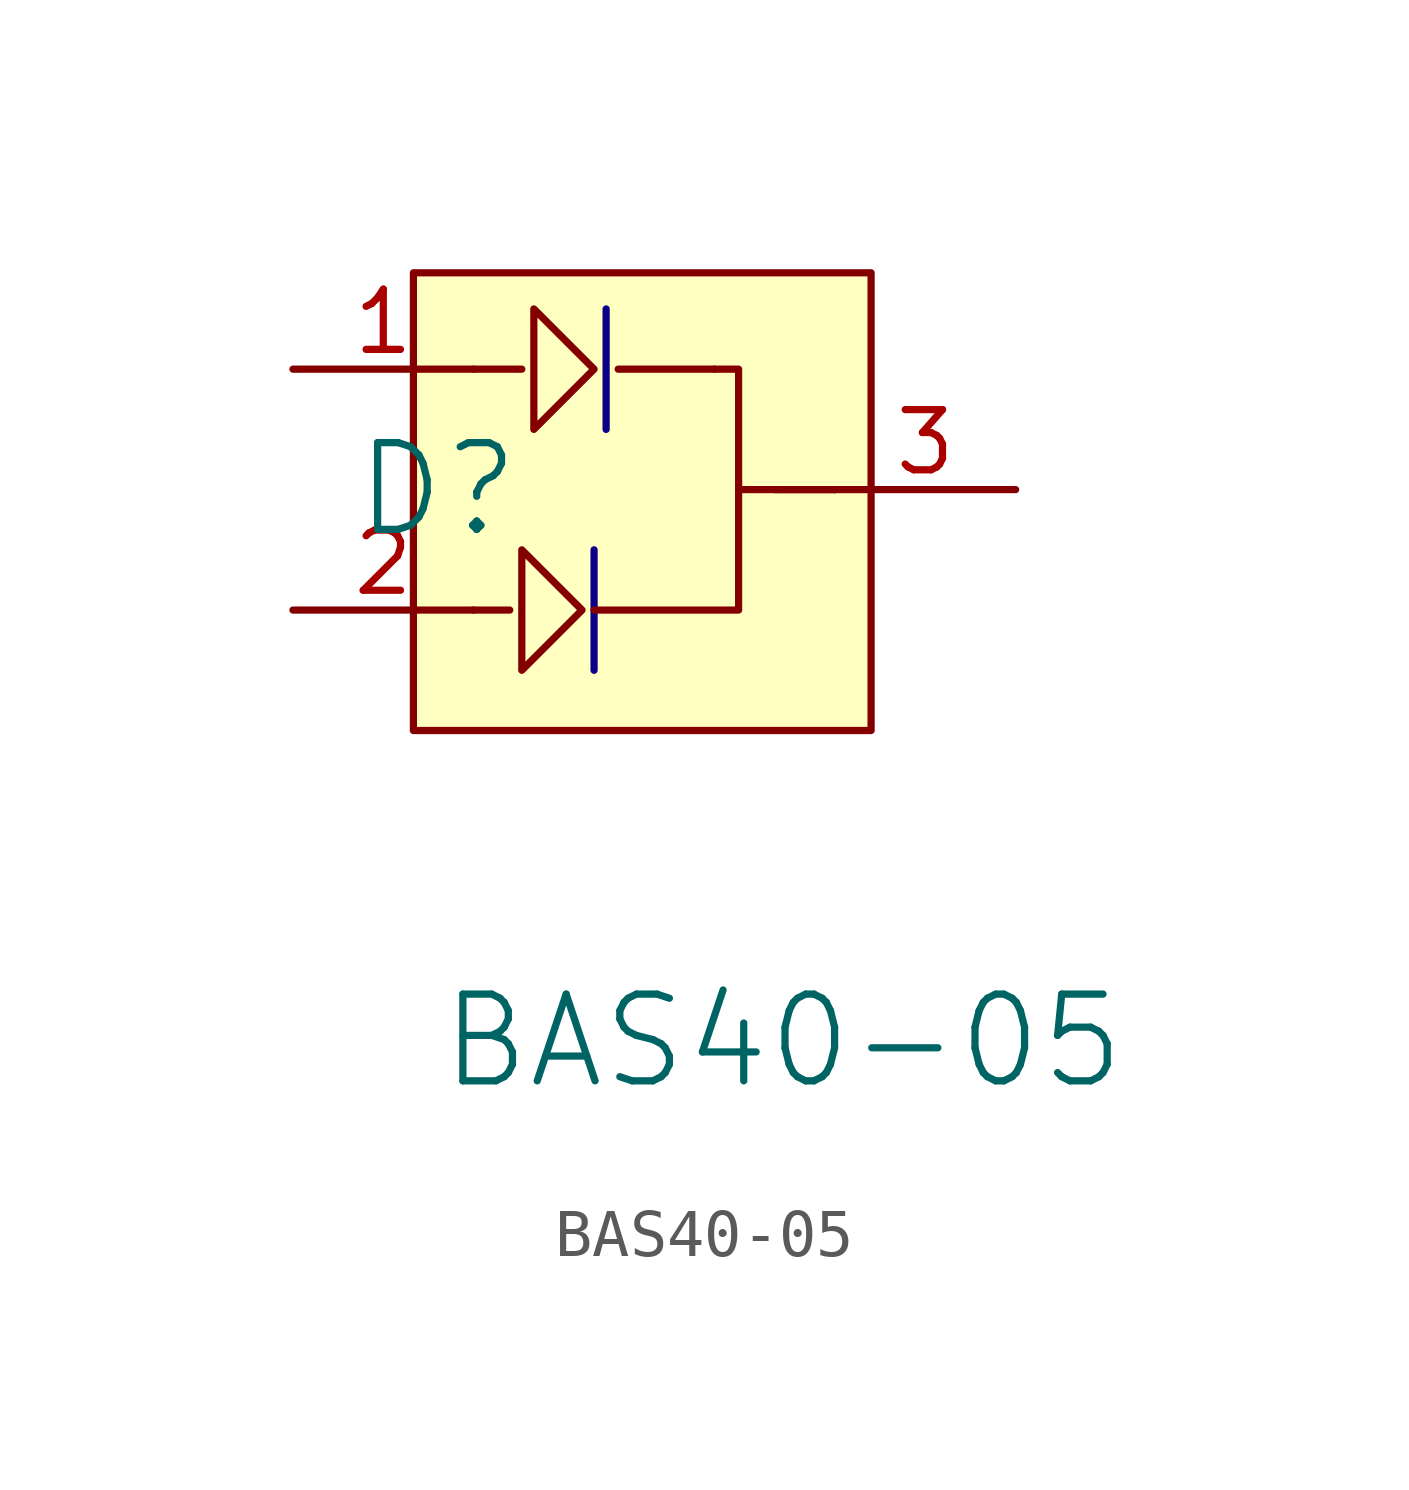
<source format=kicad_sym>
(kicad_symbol_lib
  (version 20241209)
  (generator "kicad_symbol_editor")
  (generator_version "9.0")
  (symbol "BAS40-05"
    (pin_names
      (hide yes))
    (property "Reference" "D"
      (at -4.572 7.62 0)
      (effects (font (size 1.829 1.829))))
    (property "Value" "BAS40-05"
      (at -4.572 -5.08 0)
      (effects (font (size 1.829 1.829)) (justify left bottom)))
    (symbol "BAS40-05_1_0"
      (polyline (pts (xy -3.81 10.16) (xy -2.794 10.16)) (stroke (width 0) (type solid)) (fill (type none)))
      (polyline (pts (xy -3.81 5.08) (xy -3.048 5.08)) (stroke (width 0) (type solid)) (fill (type none)))
      (polyline (pts (xy -2.794 6.35) (xy -1.524 5.08) (xy -2.794 3.81) (xy -2.794 6.35)) (stroke (width 0) (type solid)) (fill (type color) (color 66 28 139 1)))
      (polyline (pts (xy -2.54 11.43) (xy -1.27 10.16) (xy -2.54 8.89) (xy -2.54 11.43)) (stroke (width 0) (type solid)) (fill (type color) (color 66 28 139 1)))
      (polyline (pts (xy -1.27 3.81) (xy -1.27 6.35)) (stroke (width 0) (type solid) (color 12 0 135 1)) (fill (type none)))
      (polyline (pts (xy -1.016 11.43) (xy -1.016 8.89)) (stroke (width 0) (type solid) (color 12 0 135 1)) (fill (type none)))
      (polyline (pts (xy 1.27 10.16) (xy -0.762 10.16)) (stroke (width 0) (type solid)) (fill (type none)))
      (polyline (pts (xy 1.27 10.16) (xy 1.778 10.16) (xy 1.778 5.08) (xy -1.27 5.08)) (stroke (width 0) (type solid)) (fill (type none)))
      (polyline (pts (xy 2.54 7.62) (xy 3.81 7.62)) (stroke (width 0) (type solid)) (fill (type none)))
      (polyline (pts (xy 3.81 7.62) (xy 1.778 7.62)) (stroke (width 0) (type solid)) (fill (type none)))
      (rectangle (start 4.572 12.192) (end -5.08 2.54) (stroke (width 0) (type solid)) (fill (type background)))
      (pin passive line (at -7.62 10.16 0) (length 3.81) (name "0" (effects (font (size 1.27 1.27)))) (number "1" (effects (font (size 1.27 1.27)))))
      (pin passive line (at -7.62 5.08 0) (length 3.81) (name "0" (effects (font (size 1.27 1.27)))) (number "2" (effects (font (size 1.27 1.27)))))
      (pin passive line (at 7.62 7.62 180) (length 3.81) (name "0" (effects (font (size 1.27 1.27)))) (number "3" (effects (font (size 1.27 1.27))))))))
</source>
